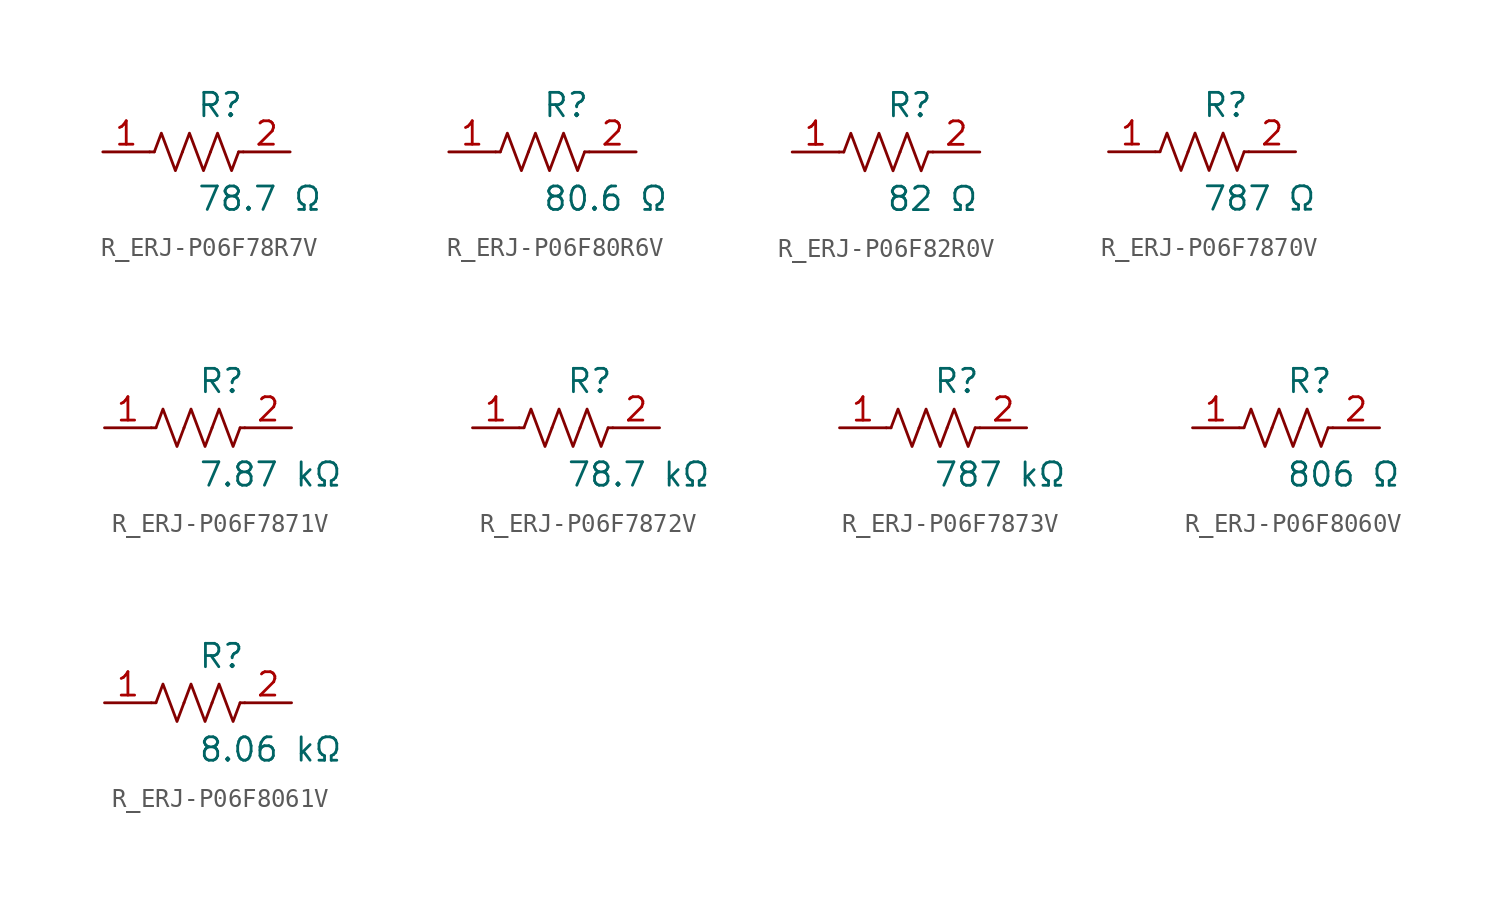
<source format=kicad_sym>
(kicad_symbol_lib
  (version 20231120)
  (generator kicad_symbol_editor)
  (generator_version 8.0)
  (symbol "R_ERJ-P06F78R7V"
    (pin_names
      (offset 0.254))
    (property "Reference" "R"
      (at 0.0 2.54 0)
      (effects (font (size 1.27 1.27)) (justify left)))
    (property "Value" "78.7 Ω"
      (at 0.0 -2.54 0)
      (effects (font (size 1.27 1.27)) (justify left)))
    (symbol "R_ERJ-P06F78R7V_0_1"
      (polyline (pts (xy 2.286 0) (xy 2.54 0)) (stroke (width 0) (type default)) (fill (type none)))
      (polyline (pts (xy -2.286 0) (xy -2.54 0)) (stroke (width 0) (type default)) (fill (type none)))
      (polyline (pts (xy 0.762 0) (xy 1.143 1.016) (xy 1.524 0) (xy 1.905 -1.016) (xy 2.286 0)) (stroke (width 0) (type default)) (fill (type none)))
      (polyline (pts (xy -0.762 0) (xy -0.381 1.016) (xy 0 0) (xy 0.381 -1.016) (xy 0.762 0)) (stroke (width 0) (type default)) (fill (type none)))
      (polyline (pts (xy -2.286 0) (xy -1.905 1.016) (xy -1.524 0) (xy -1.143 -1.016) (xy -0.762 0)) (stroke (width 0) (type default)) (fill (type none))))
    (pin unspecified line
      (at -5.08 0 0)
      (length 2.54)
      (name "" (effects (font (size 1.27 1.27))))
      (number "1" (effects (font (size 1.27 1.27)))))
    (pin unspecified line
      (at 5.08 0 180)
      (length 2.54)
      (name "" (effects (font (size 1.27 1.27))))
      (number "2" (effects (font (size 1.27 1.27))))))
  (symbol "R_ERJ-P06F80R6V"
    (pin_names
      (offset 0.254))
    (property "Reference" "R"
      (at 0.0 2.54 0)
      (effects (font (size 1.27 1.27)) (justify left)))
    (property "Value" "80.6 Ω"
      (at 0.0 -2.54 0)
      (effects (font (size 1.27 1.27)) (justify left)))
    (symbol "R_ERJ-P06F80R6V_0_1"
      (polyline (pts (xy 2.286 0) (xy 2.54 0)) (stroke (width 0) (type default)) (fill (type none)))
      (polyline (pts (xy -2.286 0) (xy -2.54 0)) (stroke (width 0) (type default)) (fill (type none)))
      (polyline (pts (xy 0.762 0) (xy 1.143 1.016) (xy 1.524 0) (xy 1.905 -1.016) (xy 2.286 0)) (stroke (width 0) (type default)) (fill (type none)))
      (polyline (pts (xy -0.762 0) (xy -0.381 1.016) (xy 0 0) (xy 0.381 -1.016) (xy 0.762 0)) (stroke (width 0) (type default)) (fill (type none)))
      (polyline (pts (xy -2.286 0) (xy -1.905 1.016) (xy -1.524 0) (xy -1.143 -1.016) (xy -0.762 0)) (stroke (width 0) (type default)) (fill (type none))))
    (pin unspecified line
      (at -5.08 0 0)
      (length 2.54)
      (name "" (effects (font (size 1.27 1.27))))
      (number "1" (effects (font (size 1.27 1.27)))))
    (pin unspecified line
      (at 5.08 0 180)
      (length 2.54)
      (name "" (effects (font (size 1.27 1.27))))
      (number "2" (effects (font (size 1.27 1.27))))))
  (symbol "R_ERJ-P06F82R0V"
    (pin_names
      (offset 0.254))
    (property "Reference" "R"
      (at 0.0 2.54 0)
      (effects (font (size 1.27 1.27)) (justify left)))
    (property "Value" "82 Ω"
      (at 0.0 -2.54 0)
      (effects (font (size 1.27 1.27)) (justify left)))
    (symbol "R_ERJ-P06F82R0V_0_1"
      (polyline (pts (xy 2.286 0) (xy 2.54 0)) (stroke (width 0) (type default)) (fill (type none)))
      (polyline (pts (xy -2.286 0) (xy -2.54 0)) (stroke (width 0) (type default)) (fill (type none)))
      (polyline (pts (xy 0.762 0) (xy 1.143 1.016) (xy 1.524 0) (xy 1.905 -1.016) (xy 2.286 0)) (stroke (width 0) (type default)) (fill (type none)))
      (polyline (pts (xy -0.762 0) (xy -0.381 1.016) (xy 0 0) (xy 0.381 -1.016) (xy 0.762 0)) (stroke (width 0) (type default)) (fill (type none)))
      (polyline (pts (xy -2.286 0) (xy -1.905 1.016) (xy -1.524 0) (xy -1.143 -1.016) (xy -0.762 0)) (stroke (width 0) (type default)) (fill (type none))))
    (pin unspecified line
      (at -5.08 0 0)
      (length 2.54)
      (name "" (effects (font (size 1.27 1.27))))
      (number "1" (effects (font (size 1.27 1.27)))))
    (pin unspecified line
      (at 5.08 0 180)
      (length 2.54)
      (name "" (effects (font (size 1.27 1.27))))
      (number "2" (effects (font (size 1.27 1.27))))))
  (symbol "R_ERJ-P06F7870V"
    (pin_names
      (offset 0.254))
    (property "Reference" "R"
      (at 0.0 2.54 0)
      (effects (font (size 1.27 1.27)) (justify left)))
    (property "Value" "787 Ω"
      (at 0.0 -2.54 0)
      (effects (font (size 1.27 1.27)) (justify left)))
    (symbol "R_ERJ-P06F7870V_0_1"
      (polyline (pts (xy 2.286 0) (xy 2.54 0)) (stroke (width 0) (type default)) (fill (type none)))
      (polyline (pts (xy -2.286 0) (xy -2.54 0)) (stroke (width 0) (type default)) (fill (type none)))
      (polyline (pts (xy 0.762 0) (xy 1.143 1.016) (xy 1.524 0) (xy 1.905 -1.016) (xy 2.286 0)) (stroke (width 0) (type default)) (fill (type none)))
      (polyline (pts (xy -0.762 0) (xy -0.381 1.016) (xy 0 0) (xy 0.381 -1.016) (xy 0.762 0)) (stroke (width 0) (type default)) (fill (type none)))
      (polyline (pts (xy -2.286 0) (xy -1.905 1.016) (xy -1.524 0) (xy -1.143 -1.016) (xy -0.762 0)) (stroke (width 0) (type default)) (fill (type none))))
    (pin unspecified line
      (at -5.08 0 0)
      (length 2.54)
      (name "" (effects (font (size 1.27 1.27))))
      (number "1" (effects (font (size 1.27 1.27)))))
    (pin unspecified line
      (at 5.08 0 180)
      (length 2.54)
      (name "" (effects (font (size 1.27 1.27))))
      (number "2" (effects (font (size 1.27 1.27))))))
  (symbol "R_ERJ-P06F7871V"
    (pin_names
      (offset 0.254))
    (property "Reference" "R"
      (at 0.0 2.54 0)
      (effects (font (size 1.27 1.27)) (justify left)))
    (property "Value" "7.87 kΩ"
      (at 0.0 -2.54 0)
      (effects (font (size 1.27 1.27)) (justify left)))
    (symbol "R_ERJ-P06F7871V_0_1"
      (polyline (pts (xy 2.286 0) (xy 2.54 0)) (stroke (width 0) (type default)) (fill (type none)))
      (polyline (pts (xy -2.286 0) (xy -2.54 0)) (stroke (width 0) (type default)) (fill (type none)))
      (polyline (pts (xy 0.762 0) (xy 1.143 1.016) (xy 1.524 0) (xy 1.905 -1.016) (xy 2.286 0)) (stroke (width 0) (type default)) (fill (type none)))
      (polyline (pts (xy -0.762 0) (xy -0.381 1.016) (xy 0 0) (xy 0.381 -1.016) (xy 0.762 0)) (stroke (width 0) (type default)) (fill (type none)))
      (polyline (pts (xy -2.286 0) (xy -1.905 1.016) (xy -1.524 0) (xy -1.143 -1.016) (xy -0.762 0)) (stroke (width 0) (type default)) (fill (type none))))
    (pin unspecified line
      (at -5.08 0 0)
      (length 2.54)
      (name "" (effects (font (size 1.27 1.27))))
      (number "1" (effects (font (size 1.27 1.27)))))
    (pin unspecified line
      (at 5.08 0 180)
      (length 2.54)
      (name "" (effects (font (size 1.27 1.27))))
      (number "2" (effects (font (size 1.27 1.27))))))
  (symbol "R_ERJ-P06F7872V"
    (pin_names
      (offset 0.254))
    (property "Reference" "R"
      (at 0.0 2.54 0)
      (effects (font (size 1.27 1.27)) (justify left)))
    (property "Value" "78.7 kΩ"
      (at 0.0 -2.54 0)
      (effects (font (size 1.27 1.27)) (justify left)))
    (symbol "R_ERJ-P06F7872V_0_1"
      (polyline (pts (xy 2.286 0) (xy 2.54 0)) (stroke (width 0) (type default)) (fill (type none)))
      (polyline (pts (xy -2.286 0) (xy -2.54 0)) (stroke (width 0) (type default)) (fill (type none)))
      (polyline (pts (xy 0.762 0) (xy 1.143 1.016) (xy 1.524 0) (xy 1.905 -1.016) (xy 2.286 0)) (stroke (width 0) (type default)) (fill (type none)))
      (polyline (pts (xy -0.762 0) (xy -0.381 1.016) (xy 0 0) (xy 0.381 -1.016) (xy 0.762 0)) (stroke (width 0) (type default)) (fill (type none)))
      (polyline (pts (xy -2.286 0) (xy -1.905 1.016) (xy -1.524 0) (xy -1.143 -1.016) (xy -0.762 0)) (stroke (width 0) (type default)) (fill (type none))))
    (pin unspecified line
      (at -5.08 0 0)
      (length 2.54)
      (name "" (effects (font (size 1.27 1.27))))
      (number "1" (effects (font (size 1.27 1.27)))))
    (pin unspecified line
      (at 5.08 0 180)
      (length 2.54)
      (name "" (effects (font (size 1.27 1.27))))
      (number "2" (effects (font (size 1.27 1.27))))))
  (symbol "R_ERJ-P06F7873V"
    (pin_names
      (offset 0.254))
    (property "Reference" "R"
      (at 0.0 2.54 0)
      (effects (font (size 1.27 1.27)) (justify left)))
    (property "Value" "787 kΩ"
      (at 0.0 -2.54 0)
      (effects (font (size 1.27 1.27)) (justify left)))
    (symbol "R_ERJ-P06F7873V_0_1"
      (polyline (pts (xy 2.286 0) (xy 2.54 0)) (stroke (width 0) (type default)) (fill (type none)))
      (polyline (pts (xy -2.286 0) (xy -2.54 0)) (stroke (width 0) (type default)) (fill (type none)))
      (polyline (pts (xy 0.762 0) (xy 1.143 1.016) (xy 1.524 0) (xy 1.905 -1.016) (xy 2.286 0)) (stroke (width 0) (type default)) (fill (type none)))
      (polyline (pts (xy -0.762 0) (xy -0.381 1.016) (xy 0 0) (xy 0.381 -1.016) (xy 0.762 0)) (stroke (width 0) (type default)) (fill (type none)))
      (polyline (pts (xy -2.286 0) (xy -1.905 1.016) (xy -1.524 0) (xy -1.143 -1.016) (xy -0.762 0)) (stroke (width 0) (type default)) (fill (type none))))
    (pin unspecified line
      (at -5.08 0 0)
      (length 2.54)
      (name "" (effects (font (size 1.27 1.27))))
      (number "1" (effects (font (size 1.27 1.27)))))
    (pin unspecified line
      (at 5.08 0 180)
      (length 2.54)
      (name "" (effects (font (size 1.27 1.27))))
      (number "2" (effects (font (size 1.27 1.27))))))
  (symbol "R_ERJ-P06F8060V"
    (pin_names
      (offset 0.254))
    (property "Reference" "R"
      (at 0.0 2.54 0)
      (effects (font (size 1.27 1.27)) (justify left)))
    (property "Value" "806 Ω"
      (at 0.0 -2.54 0)
      (effects (font (size 1.27 1.27)) (justify left)))
    (symbol "R_ERJ-P06F8060V_0_1"
      (polyline (pts (xy 2.286 0) (xy 2.54 0)) (stroke (width 0) (type default)) (fill (type none)))
      (polyline (pts (xy -2.286 0) (xy -2.54 0)) (stroke (width 0) (type default)) (fill (type none)))
      (polyline (pts (xy 0.762 0) (xy 1.143 1.016) (xy 1.524 0) (xy 1.905 -1.016) (xy 2.286 0)) (stroke (width 0) (type default)) (fill (type none)))
      (polyline (pts (xy -0.762 0) (xy -0.381 1.016) (xy 0 0) (xy 0.381 -1.016) (xy 0.762 0)) (stroke (width 0) (type default)) (fill (type none)))
      (polyline (pts (xy -2.286 0) (xy -1.905 1.016) (xy -1.524 0) (xy -1.143 -1.016) (xy -0.762 0)) (stroke (width 0) (type default)) (fill (type none))))
    (pin unspecified line
      (at -5.08 0 0)
      (length 2.54)
      (name "" (effects (font (size 1.27 1.27))))
      (number "1" (effects (font (size 1.27 1.27)))))
    (pin unspecified line
      (at 5.08 0 180)
      (length 2.54)
      (name "" (effects (font (size 1.27 1.27))))
      (number "2" (effects (font (size 1.27 1.27))))))
  (symbol "R_ERJ-P06F8061V"
    (pin_names
      (offset 0.254))
    (property "Reference" "R"
      (at 0.0 2.54 0)
      (effects (font (size 1.27 1.27)) (justify left)))
    (property "Value" "8.06 kΩ"
      (at 0.0 -2.54 0)
      (effects (font (size 1.27 1.27)) (justify left)))
    (symbol "R_ERJ-P06F8061V_0_1"
      (polyline (pts (xy 2.286 0) (xy 2.54 0)) (stroke (width 0) (type default)) (fill (type none)))
      (polyline (pts (xy -2.286 0) (xy -2.54 0)) (stroke (width 0) (type default)) (fill (type none)))
      (polyline (pts (xy 0.762 0) (xy 1.143 1.016) (xy 1.524 0) (xy 1.905 -1.016) (xy 2.286 0)) (stroke (width 0) (type default)) (fill (type none)))
      (polyline (pts (xy -0.762 0) (xy -0.381 1.016) (xy 0 0) (xy 0.381 -1.016) (xy 0.762 0)) (stroke (width 0) (type default)) (fill (type none)))
      (polyline (pts (xy -2.286 0) (xy -1.905 1.016) (xy -1.524 0) (xy -1.143 -1.016) (xy -0.762 0)) (stroke (width 0) (type default)) (fill (type none))))
    (pin unspecified line
      (at -5.08 0 0)
      (length 2.54)
      (name "" (effects (font (size 1.27 1.27))))
      (number "1" (effects (font (size 1.27 1.27)))))
    (pin unspecified line
      (at 5.08 0 180)
      (length 2.54)
      (name "" (effects (font (size 1.27 1.27))))
      (number "2" (effects (font (size 1.27 1.27)))))))
</source>
